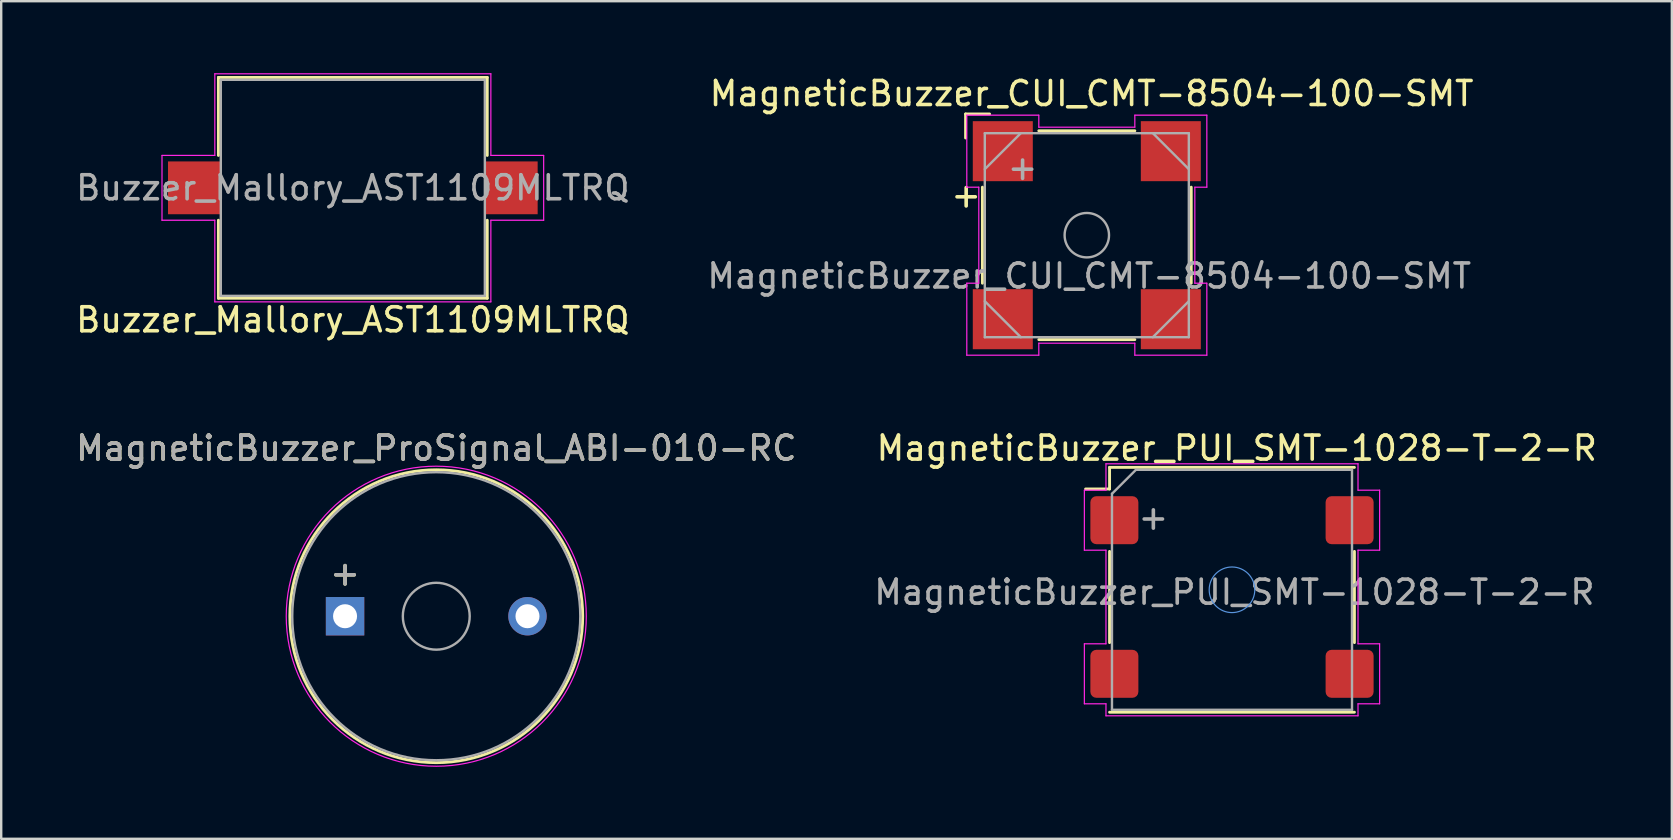
<source format=kicad_pcb>
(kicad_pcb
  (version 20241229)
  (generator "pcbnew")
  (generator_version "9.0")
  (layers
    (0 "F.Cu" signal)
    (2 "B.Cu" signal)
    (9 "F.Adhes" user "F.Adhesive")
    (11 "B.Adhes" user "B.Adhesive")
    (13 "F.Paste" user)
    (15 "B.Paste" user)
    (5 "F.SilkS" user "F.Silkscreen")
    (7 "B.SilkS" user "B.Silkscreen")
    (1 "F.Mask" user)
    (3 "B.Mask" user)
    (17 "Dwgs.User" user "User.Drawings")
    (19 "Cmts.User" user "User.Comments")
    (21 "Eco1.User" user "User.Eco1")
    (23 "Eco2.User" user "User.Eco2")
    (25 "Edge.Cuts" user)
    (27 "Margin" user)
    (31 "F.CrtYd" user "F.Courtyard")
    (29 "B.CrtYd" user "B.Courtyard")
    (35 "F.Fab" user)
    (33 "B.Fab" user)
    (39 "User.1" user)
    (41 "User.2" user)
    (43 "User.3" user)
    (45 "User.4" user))
  (footprint "Buzzer_Mallory_AST1109MLTRQ"
    (layer "F.Cu")
    (at 11.649 4.775)
    (property "Reference" "Buzzer_Mallory_AST1109MLTRQ" (at 0 5.5 180) (layer "F.SilkS") (effects (font (size 1 1) (thickness 0.15))))
    (attr smd)
    (fp_line (start -5.6 -4.6) (end 5.6 -4.6) (stroke (width 0.12) (type solid)) (layer "F.SilkS"))
    (fp_line (start -5.6 -1.35) (end -5.6 -4.6) (stroke (width 0.12) (type solid)) (layer "F.SilkS"))
    (fp_line (start -5.6 4.6) (end -5.6 1.35) (stroke (width 0.12) (type solid)) (layer "F.SilkS"))
    (fp_line (start 5.6 -4.6) (end 5.6 -1.35) (stroke (width 0.12) (type solid)) (layer "F.SilkS"))
    (fp_line (start 5.6 1.35) (end 5.6 4.6) (stroke (width 0.12) (type solid)) (layer "F.SilkS"))
    (fp_line (start 5.6 4.6) (end -5.6 4.6) (stroke (width 0.12) (type solid)) (layer "F.SilkS"))
    (fp_line (start -7.95 -1.35) (end -5.75 -1.35) (stroke (width 0.05) (type solid)) (layer "F.CrtYd"))
    (fp_line (start -7.95 1.35) (end -7.95 -1.35) (stroke (width 0.05) (type solid)) (layer "F.CrtYd"))
    (fp_line (start -5.75 -4.75) (end 5.75 -4.75) (stroke (width 0.05) (type solid)) (layer "F.CrtYd"))
    (fp_line (start -5.75 -1.35) (end -5.75 -4.75) (stroke (width 0.05) (type solid)) (layer "F.CrtYd"))
    (fp_line (start -5.75 1.35) (end -7.95 1.35) (stroke (width 0.05) (type solid)) (layer "F.CrtYd"))
    (fp_line (start -5.75 4.75) (end -5.75 1.35) (stroke (width 0.05) (type solid)) (layer "F.CrtYd"))
    (fp_line (start 5.75 -4.75) (end 5.75 -1.35) (stroke (width 0.05) (type solid)) (layer "F.CrtYd"))
    (fp_line (start 5.75 -1.35) (end 7.95 -1.35) (stroke (width 0.05) (type solid)) (layer "F.CrtYd"))
    (fp_line (start 5.75 1.35) (end 5.75 4.75) (stroke (width 0.05) (type solid)) (layer "F.CrtYd"))
    (fp_line (start 5.75 4.75) (end -5.75 4.75) (stroke (width 0.05) (type solid)) (layer "F.CrtYd"))
    (fp_line (start 7.95 -1.35) (end 7.95 1.35) (stroke (width 0.05) (type solid)) (layer "F.CrtYd"))
    (fp_line (start 7.95 1.35) (end 5.75 1.35) (stroke (width 0.05) (type solid)) (layer "F.CrtYd"))
    (fp_line (start -5.5 -4.5) (end 5.5 -4.5) (stroke (width 0.1) (type solid)) (layer "F.Fab"))
    (fp_line (start -5.5 4.5) (end -5.5 -4.5) (stroke (width 0.1) (type solid)) (layer "F.Fab"))
    (fp_line (start 5.5 -4.5) (end 5.5 4.5) (stroke (width 0.1) (type solid)) (layer "F.Fab"))
    (fp_line (start 5.5 4.5) (end -5.5 4.5) (stroke (width 0.1) (type solid)) (layer "F.Fab"))
    (fp_text user "${REFERENCE}" (at 0 0 180) (layer "F.Fab") (effects (font (size 1 1) (thickness 0.15))))
    (pad "1" smd rect (at -6.6 0) (size 2.2 2.2) (layers "F.Cu" "F.Mask" "F.Paste"))
    (pad "2" smd rect (at 6.6 0) (size 2.2 2.2) (layers "F.Cu" "F.Mask" "F.Paste")))
  (footprint "MagneticBuzzer_PUI_SMT-1028-T-2-R"
    (layer "F.Cu")
    (at 48.275 21.521)
    (property "Reference" "MagneticBuzzer_PUI_SMT-1028-T-2-R" (at 0.2 -5.9 0) (layer "F.SilkS") (effects (font (size 1 1) (thickness 0.15))))
    (attr smd)
    (fp_line (start -5.1 -5.1) (end -5.1 -4.2) (stroke (width 0.12) (type default)) (layer "F.SilkS"))
    (fp_line (start -5.1 -4.2) (end -6.1 -4.2) (stroke (width 0.12) (type default)) (layer "F.SilkS"))
    (fp_line (start -5.1 -1.6) (end -5.1 2.2) (stroke (width 0.12) (type solid)) (layer "F.SilkS"))
    (fp_line (start -5.1 5.1) (end 5.1 5.1) (stroke (width 0.12) (type solid)) (layer "F.SilkS"))
    (fp_line (start 5.1 -5.1) (end -5.1 -5.1) (stroke (width 0.12) (type solid)) (layer "F.SilkS"))
    (fp_line (start 5.1 2.2) (end 5.1 -1.6) (stroke (width 0.12) (type solid)) (layer "F.SilkS"))
    (fp_circle (center 0 0) (end 0.95 0) (stroke (width 0.05) (type default)) (fill no) (layer "Cmts.User"))
    (fp_line (start -6.15 -4.15) (end -6.15 -1.65) (stroke (width 0.05) (type solid)) (layer "F.CrtYd"))
    (fp_line (start -6.15 -4.15) (end -5.25 -4.15) (stroke (width 0.05) (type default)) (layer "F.CrtYd"))
    (fp_line (start -6.15 -1.65) (end -5.25 -1.65) (stroke (width 0.05) (type default)) (layer "F.CrtYd"))
    (fp_line (start -6.15 2.25) (end -5.25 2.25) (stroke (width 0.05) (type default)) (layer "F.CrtYd"))
    (fp_line (start -6.15 4.75) (end -6.15 2.25) (stroke (width 0.05) (type solid)) (layer "F.CrtYd"))
    (fp_line (start -6.15 4.75) (end -5.25 4.75) (stroke (width 0.05) (type default)) (layer "F.CrtYd"))
    (fp_line (start -5.25 -5.25) (end 5.25 -5.25) (stroke (width 0.05) (type solid)) (layer "F.CrtYd"))
    (fp_line (start -5.25 -4.15) (end -5.25 -5.25) (stroke (width 0.05) (type default)) (layer "F.CrtYd"))
    (fp_line (start -5.25 -1.65) (end -5.25 2.25) (stroke (width 0.05) (type default)) (layer "F.CrtYd"))
    (fp_line (start -5.25 4.75) (end -5.25 5.25) (stroke (width 0.05) (type default)) (layer "F.CrtYd"))
    (fp_line (start 5.25 -4.15) (end 5.25 -5.25) (stroke (width 0.05) (type default)) (layer "F.CrtYd"))
    (fp_line (start 5.25 2.25) (end 5.25 -1.65) (stroke (width 0.05) (type default)) (layer "F.CrtYd"))
    (fp_line (start 5.25 4.75) (end 5.25 5.25) (stroke (width 0.05) (type default)) (layer "F.CrtYd"))
    (fp_line (start 5.25 5.25) (end -5.25 5.25) (stroke (width 0.05) (type solid)) (layer "F.CrtYd"))
    (fp_line (start 6.15 -4.15) (end 5.25 -4.15) (stroke (width 0.05) (type default)) (layer "F.CrtYd"))
    (fp_line (start 6.15 -4.15) (end 6.15 -1.65) (stroke (width 0.05) (type solid)) (layer "F.CrtYd"))
    (fp_line (start 6.15 -1.65) (end 5.25 -1.65) (stroke (width 0.05) (type default)) (layer "F.CrtYd"))
    (fp_line (start 6.15 2.25) (end 5.25 2.25) (stroke (width 0.05) (type default)) (layer "F.CrtYd"))
    (fp_line (start 6.15 4.75) (end 5.25 4.75) (stroke (width 0.05) (type default)) (layer "F.CrtYd"))
    (fp_line (start 6.15 4.75) (end 6.15 2.25) (stroke (width 0.05) (type solid)) (layer "F.CrtYd"))
    (fp_line (start -5 5) (end -5 -4) (stroke (width 0.1) (type solid)) (layer "F.Fab"))
    (fp_line (start -4 -5) (end -5 -4) (stroke (width 0.1) (type default)) (layer "F.Fab"))
    (fp_line (start -4 -5) (end 5 -5) (stroke (width 0.1) (type solid)) (layer "F.Fab"))
    (fp_line (start 5 -5) (end 5 5) (stroke (width 0.1) (type solid)) (layer "F.Fab"))
    (fp_line (start 5 5) (end -5 5) (stroke (width 0.1) (type solid)) (layer "F.Fab"))
    (fp_text user "+" (at -3.35 -2.95 270) (layer "F.Fab") (effects (font (size 1 1) (thickness 0.15))))
    (fp_text user "${REFERENCE}" (at 0.1 0.1 0) (layer "F.Fab") (effects (font (size 1 1) (thickness 0.15))))
    (pad "1" smd roundrect (at -4.9 -2.9 270) (size 2 2) (layers "F.Cu" "F.Mask" "F.Paste") (roundrect_rratio 0.125))
    (pad "2" smd roundrect (at 4.9 -2.9 270) (size 2 2) (layers "F.Cu" "F.Mask" "F.Paste") (roundrect_rratio 0.125))
    (pad "MP" smd roundrect (at -4.9 3.5 270) (size 2 2) (layers "F.Cu" "F.Mask" "F.Paste") (roundrect_rratio 0.125))
    (pad "MP" smd roundrect (at 4.9 3.5 270) (size 2 2) (layers "F.Cu" "F.Mask" "F.Paste") (roundrect_rratio 0.125)))
  (footprint "MagneticBuzzer_ProSignal_ABI-010-RC"
    (layer "F.Cu")
    (at 11.325 22.622)
    (property "Reference" "MagneticBuzzer_ProSignal_ABI-010-RC" (at 3.8 -7 0) (layer "F.SilkS") (effects (font (size 1 1) (thickness 0.15))))
    (attr through_hole)
    (fp_circle (center 3.8 0) (end 9.9 0) (stroke (width 0.12) (type solid)) (fill no) (layer "F.SilkS"))
    (fp_circle (center 3.8 0) (end 10.05 0) (stroke (width 0.05) (type solid)) (fill no) (layer "F.CrtYd"))
    (fp_circle (center 3.8 0) (end 5.1 0.5) (stroke (width 0.1) (type solid)) (fill no) (layer "F.Fab"))
    (fp_circle (center 3.8 0) (end 9.8 0) (stroke (width 0.1) (type solid)) (fill no) (layer "F.Fab"))
    (fp_text user "+" (at 0 -1.8 0) (layer "F.SilkS") (effects (font (size 1 1) (thickness 0.15))))
    (fp_text user "${REFERENCE}" (at 3.8 -7 0) (layer "F.Fab") (effects (font (size 1 1) (thickness 0.15))))
    (fp_text user "+" (at 0 -1.8 0) (layer "F.Fab") (effects (font (size 1 1) (thickness 0.15))))
    (pad "1" thru_hole rect (at 0 0) (size 1.6 1.6) (drill 1) (layers "*.Cu" "*.Mask"))
    (pad "2" thru_hole circle (at 7.6 0) (size 1.6 1.6) (drill 1) (layers "*.Cu" "*.Mask")))
  (footprint "MagneticBuzzer_CUI_CMT-8504-100-SMT"
    (layer "F.Cu")
    (at 42.227 6.748)
    (property "Reference" "MagneticBuzzer_CUI_CMT-8504-100-SMT" (at 0.2 -5.9 0) (layer "F.SilkS") (effects (font (size 1 1) (thickness 0.15))))
    (attr smd)
    (fp_line (start -5.05 -5.05) (end -4.05 -5.05) (stroke (width 0.12) (type solid)) (layer "F.SilkS"))
    (fp_line (start -5.05 -4.05) (end -5.05 -5.05) (stroke (width 0.12) (type solid)) (layer "F.SilkS"))
    (fp_line (start -4.35 -2) (end -4.35 2) (stroke (width 0.12) (type solid)) (layer "F.SilkS"))
    (fp_line (start -2 4.35) (end 2 4.35) (stroke (width 0.12) (type solid)) (layer "F.SilkS"))
    (fp_line (start 2 -4.35) (end -2 -4.35) (stroke (width 0.12) (type solid)) (layer "F.SilkS"))
    (fp_line (start 4.35 2) (end 4.35 -2) (stroke (width 0.12) (type solid)) (layer "F.SilkS"))
    (fp_line (start -5 -5) (end -2 -5) (stroke (width 0.05) (type solid)) (layer "F.CrtYd"))
    (fp_line (start -5 -2) (end -5 -5) (stroke (width 0.05) (type solid)) (layer "F.CrtYd"))
    (fp_line (start -5 -2) (end -4.5 -2) (stroke (width 0.05) (type solid)) (layer "F.CrtYd"))
    (fp_line (start -5 2) (end -5 5) (stroke (width 0.05) (type solid)) (layer "F.CrtYd"))
    (fp_line (start -4.5 -2) (end -4.5 2) (stroke (width 0.05) (type solid)) (layer "F.CrtYd"))
    (fp_line (start -4.5 2) (end -5 2) (stroke (width 0.05) (type solid)) (layer "F.CrtYd"))
    (fp_line (start -2 -5) (end -2 -4.5) (stroke (width 0.05) (type solid)) (layer "F.CrtYd"))
    (fp_line (start -2 -4.5) (end 2 -4.5) (stroke (width 0.05) (type solid)) (layer "F.CrtYd"))
    (fp_line (start -2 4.5) (end -2 5) (stroke (width 0.05) (type solid)) (layer "F.CrtYd"))
    (fp_line (start -2 5) (end -5 5) (stroke (width 0.05) (type solid)) (layer "F.CrtYd"))
    (fp_line (start 2 -5) (end 5 -5) (stroke (width 0.05) (type solid)) (layer "F.CrtYd"))
    (fp_line (start 2 -4.5) (end 2 -5) (stroke (width 0.05) (type solid)) (layer "F.CrtYd"))
    (fp_line (start 2 4.5) (end -2 4.5) (stroke (width 0.05) (type solid)) (layer "F.CrtYd"))
    (fp_line (start 2 5) (end 2 4.5) (stroke (width 0.05) (type solid)) (layer "F.CrtYd"))
    (fp_line (start 4.5 -2) (end 4.5 2) (stroke (width 0.05) (type solid)) (layer "F.CrtYd"))
    (fp_line (start 4.5 2) (end 5 2) (stroke (width 0.05) (type solid)) (layer "F.CrtYd"))
    (fp_line (start 5 -2) (end 4.5 -2) (stroke (width 0.05) (type solid)) (layer "F.CrtYd"))
    (fp_line (start 5 -2) (end 5 -5) (stroke (width 0.05) (type solid)) (layer "F.CrtYd"))
    (fp_line (start 5 2) (end 5 5) (stroke (width 0.05) (type solid)) (layer "F.CrtYd"))
    (fp_line (start 5 5) (end 2 5) (stroke (width 0.05) (type solid)) (layer "F.CrtYd"))
    (fp_line (start -4.25 -4.25) (end 4.25 -4.25) (stroke (width 0.1) (type solid)) (layer "F.Fab"))
    (fp_line (start -4.25 -2.75) (end -2.75 -4.25) (stroke (width 0.1) (type solid)) (layer "F.Fab"))
    (fp_line (start -4.25 4.25) (end -4.25 -4.25) (stroke (width 0.1) (type solid)) (layer "F.Fab"))
    (fp_line (start -2.75 4.25) (end -4.25 2.75) (stroke (width 0.1) (type solid)) (layer "F.Fab"))
    (fp_line (start 2.75 -4.25) (end 4.25 -2.75) (stroke (width 0.1) (type solid)) (layer "F.Fab"))
    (fp_line (start 4.25 -4.25) (end 4.25 4.25) (stroke (width 0.1) (type solid)) (layer "F.Fab"))
    (fp_line (start 4.25 2.75) (end 2.75 4.25) (stroke (width 0.1) (type solid)) (layer "F.Fab"))
    (fp_line (start 4.25 4.25) (end -4.25 4.25) (stroke (width 0.1) (type solid)) (layer "F.Fab"))
    (fp_circle (center 0 0) (end 0.925 0) (stroke (width 0.1) (type solid)) (fill no) (layer "F.Fab"))
    (fp_text user "+" (at -5.1 -1.6 270) (layer "F.SilkS") (effects (font (size 1 1) (thickness 0.15))))
    (fp_text user "${REFERENCE}" (at 0.1 1.7 0) (layer "F.Fab") (effects (font (size 1 1) (thickness 0.15))))
    (fp_text user "+" (at -2.75 -2.75 270) (layer "F.Fab") (effects (font (size 1 1) (thickness 0.15))))
    (pad "1" smd rect (at -3.5 -3.5 270) (size 2.5 2.5) (layers "F.Cu" "F.Mask" "F.Paste"))
    (pad "2" smd rect (at -3.5 3.5 270) (size 2.5 2.5) (layers "F.Cu" "F.Mask" "F.Paste"))
    (pad "3" smd rect (at 3.5 3.5 270) (size 2.5 2.5) (layers "F.Cu" "F.Mask" "F.Paste"))
    (pad "4" smd rect (at 3.5 -3.5 270) (size 2.5 2.5) (layers "F.Cu" "F.Mask" "F.Paste")))
  (gr_rect
    (start -3 -3)
    (end 66.6 31.896)
    (stroke (width 0.1) (type default))
    (fill no)
    (layer "Edge.Cuts")))
</source>
